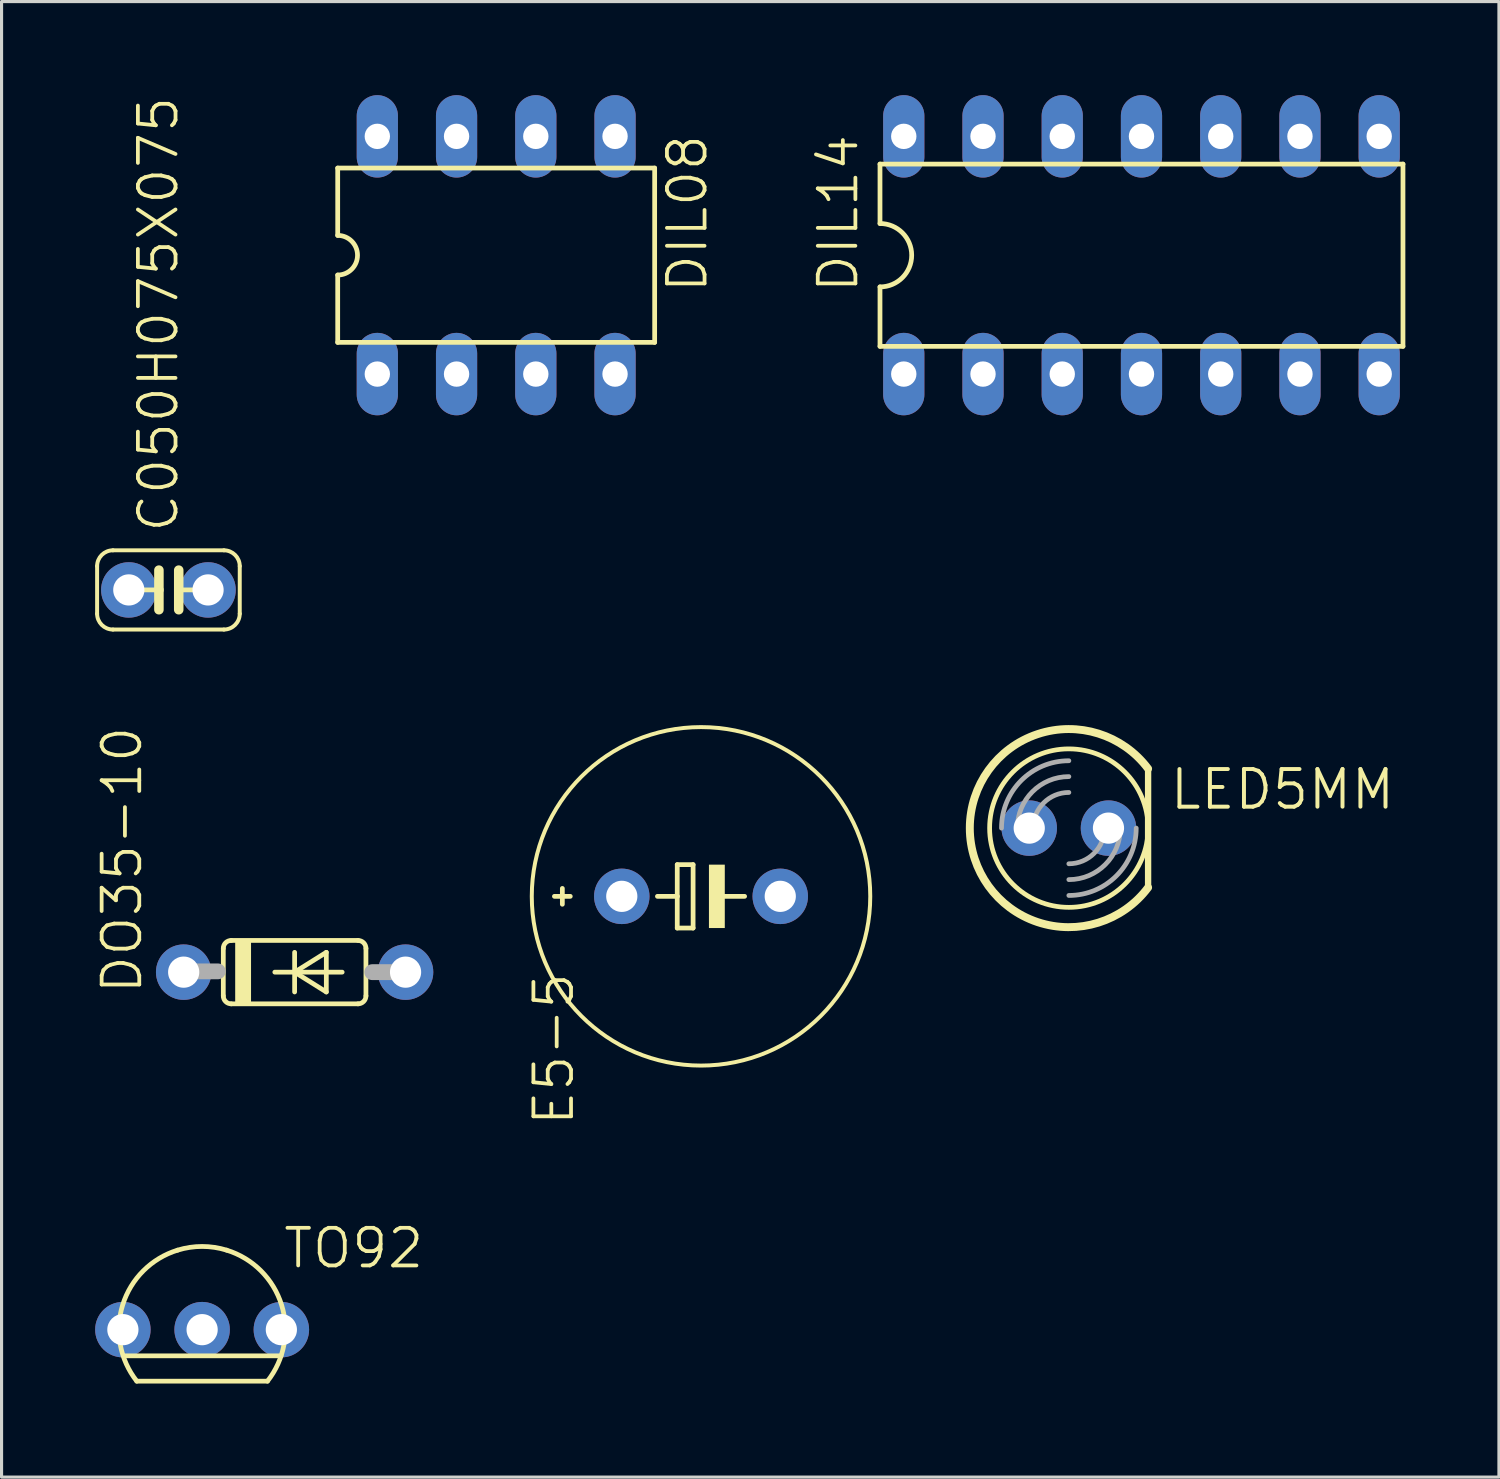
<source format=kicad_pcb>
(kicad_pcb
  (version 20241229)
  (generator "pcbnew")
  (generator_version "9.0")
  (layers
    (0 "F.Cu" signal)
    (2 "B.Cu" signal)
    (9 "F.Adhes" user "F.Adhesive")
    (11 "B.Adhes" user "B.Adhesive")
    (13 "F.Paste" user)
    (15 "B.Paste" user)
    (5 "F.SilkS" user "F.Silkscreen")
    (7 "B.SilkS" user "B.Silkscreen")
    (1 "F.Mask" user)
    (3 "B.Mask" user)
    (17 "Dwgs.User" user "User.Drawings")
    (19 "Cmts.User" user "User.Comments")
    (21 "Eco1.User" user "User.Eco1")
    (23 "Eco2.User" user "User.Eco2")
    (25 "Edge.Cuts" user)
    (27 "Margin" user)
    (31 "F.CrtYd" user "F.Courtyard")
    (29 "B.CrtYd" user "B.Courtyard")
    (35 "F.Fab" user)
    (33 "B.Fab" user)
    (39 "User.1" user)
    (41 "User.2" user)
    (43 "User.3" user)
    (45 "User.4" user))
  (footprint "DIL14"
    (layer "F.Cu")
    (at 33.54 5.131)
    (property "Reference" "DIL14" (at -9.017 1.27 90) (layer "F.SilkS") (effects (font (size 1.206 1.206) (thickness 0.121)) (justify left bottom)))
    (attr through_hole)
    (fp_line (start -8.382 -2.921) (end -8.382 -1.016) (stroke (width 0.152) (type solid)) (layer "F.SilkS"))
    (fp_line (start -8.382 2.921) (end -8.382 1.016) (stroke (width 0.152) (type solid)) (layer "F.SilkS"))
    (fp_line (start -8.382 2.921) (end 8.382 2.921) (stroke (width 0.152) (type solid)) (layer "F.SilkS"))
    (fp_line (start 8.382 -2.921) (end -8.382 -2.921) (stroke (width 0.152) (type solid)) (layer "F.SilkS"))
    (fp_line (start 8.382 -2.921) (end 8.382 2.921) (stroke (width 0.152) (type solid)) (layer "F.SilkS"))
    (fp_arc (start -8.382 -1.016) (mid -7.366 0) (end -8.382 1.016) (stroke (width 0.1524) (type solid)) (layer "F.SilkS"))
    (pad "1" thru_hole oval (at -7.62 3.81 90) (size 2.642 1.321) (drill 0.813) (layers "*.Cu" "*.Mask"))
    (pad "2" thru_hole oval (at -5.08 3.81 90) (size 2.642 1.321) (drill 0.813) (layers "*.Cu" "*.Mask"))
    (pad "3" thru_hole oval (at -2.54 3.81 90) (size 2.642 1.321) (drill 0.813) (layers "*.Cu" "*.Mask"))
    (pad "4" thru_hole oval (at 0 3.81 90) (size 2.642 1.321) (drill 0.813) (layers "*.Cu" "*.Mask"))
    (pad "5" thru_hole oval (at 2.54 3.81 90) (size 2.642 1.321) (drill 0.813) (layers "*.Cu" "*.Mask"))
    (pad "6" thru_hole oval (at 5.08 3.81 90) (size 2.642 1.321) (drill 0.813) (layers "*.Cu" "*.Mask"))
    (pad "7" thru_hole oval (at 7.62 3.81 90) (size 2.642 1.321) (drill 0.813) (layers "*.Cu" "*.Mask"))
    (pad "8" thru_hole oval (at 7.62 -3.81 90) (size 2.642 1.321) (drill 0.813) (layers "*.Cu" "*.Mask"))
    (pad "9" thru_hole oval (at 5.08 -3.81 90) (size 2.642 1.321) (drill 0.813) (layers "*.Cu" "*.Mask"))
    (pad "10" thru_hole oval (at 2.54 -3.81 90) (size 2.642 1.321) (drill 0.813) (layers "*.Cu" "*.Mask"))
    (pad "11" thru_hole oval (at 0 -3.81 90) (size 2.642 1.321) (drill 0.813) (layers "*.Cu" "*.Mask"))
    (pad "12" thru_hole oval (at -2.54 -3.81 90) (size 2.642 1.321) (drill 0.813) (layers "*.Cu" "*.Mask"))
    (pad "13" thru_hole oval (at -5.08 -3.81 90) (size 2.642 1.321) (drill 0.813) (layers "*.Cu" "*.Mask"))
    (pad "14" thru_hole oval (at -7.62 -3.81 90) (size 2.642 1.321) (drill 0.813) (layers "*.Cu" "*.Mask")))
  (footprint "LED5MM"
    (layer "F.Cu")
    (at 31.212 23.495)
    (property "Reference" "LED5MM" (at 3.175 -0.533 0) (layer "F.SilkS") (effects (font (size 1.206 1.206) (thickness 0.127)) (justify left bottom)))
    (attr through_hole)
    (fp_line (start 2.54 1.905) (end 2.54 -1.905) (stroke (width 0.203) (type solid)) (layer "F.SilkS"))
    (fp_arc (start 2.54 1.905) (mid -3.175 0) (end 2.54 -1.905) (stroke (width 0.254) (type solid)) (layer "F.SilkS"))
    (fp_circle (center 0 0) (end 2.54 0) (stroke (width 0.152) (type solid)) (fill no) (layer "F.SilkS"))
    (fp_arc (start -2.159 0) (mid -1.526644 -1.526644) (end 0 -2.159) (stroke (width 0.1524) (type solid)) (layer "F.Fab"))
    (fp_arc (start -1.651 0) (mid -1.167433 -1.167433) (end 0 -1.651) (stroke (width 0.1524) (type solid)) (layer "F.Fab"))
    (fp_arc (start -1.143 0) (mid -0.808223 -0.808223) (end 0 -1.143) (stroke (width 0.1524) (type solid)) (layer "F.Fab"))
    (fp_arc (start 1.143 0) (mid 0.808223 0.808223) (end 0 1.143) (stroke (width 0.1524) (type solid)) (layer "F.Fab"))
    (fp_arc (start 1.651 0) (mid 1.167433 1.167433) (end 0 1.651) (stroke (width 0.1524) (type solid)) (layer "F.Fab"))
    (fp_arc (start 2.159 0) (mid 1.526644 1.526644) (end 0 2.159) (stroke (width 0.1524) (type solid)) (layer "F.Fab"))
    (pad "A" thru_hole circle (at -1.27 0) (size 1.778 1.778) (drill 1) (layers "*.Cu" "*.Mask"))
    (pad "K" thru_hole circle (at 1.27 0) (size 1.778 1.778) (drill 1) (layers "*.Cu" "*.Mask")))
  (footprint "DIL08"
    (layer "F.Cu")
    (at 12.855 5.131)
    (property "Reference" "DIL08" (at 6.833 1.27 90) (layer "F.SilkS") (effects (font (size 1.206 1.206) (thickness 0.121)) (justify left bottom)))
    (attr through_hole)
    (fp_line (start -5.08 -2.794) (end -5.08 -0.635) (stroke (width 0.152) (type solid)) (layer "F.SilkS"))
    (fp_line (start -5.08 0.635) (end -5.08 2.794) (stroke (width 0.152) (type solid)) (layer "F.SilkS"))
    (fp_line (start -5.08 2.794) (end 5.08 2.794) (stroke (width 0.152) (type solid)) (layer "F.SilkS"))
    (fp_line (start 5.08 -2.794) (end -5.08 -2.794) (stroke (width 0.152) (type solid)) (layer "F.SilkS"))
    (fp_line (start 5.08 2.794) (end 5.08 -2.794) (stroke (width 0.152) (type solid)) (layer "F.SilkS"))
    (fp_arc (start -5.08 -0.635) (mid -4.445 0) (end -5.08 0.635) (stroke (width 0.1524) (type solid)) (layer "F.SilkS"))
    (pad "1" thru_hole oval (at -3.81 3.81 90) (size 2.642 1.321) (drill 0.813) (layers "*.Cu" "*.Mask"))
    (pad "2" thru_hole oval (at -1.27 3.81 90) (size 2.642 1.321) (drill 0.813) (layers "*.Cu" "*.Mask"))
    (pad "3" thru_hole oval (at 1.27 3.81 90) (size 2.642 1.321) (drill 0.813) (layers "*.Cu" "*.Mask"))
    (pad "4" thru_hole oval (at 3.81 3.81 90) (size 2.642 1.321) (drill 0.813) (layers "*.Cu" "*.Mask"))
    (pad "5" thru_hole oval (at 3.81 -3.81 90) (size 2.642 1.321) (drill 0.813) (layers "*.Cu" "*.Mask"))
    (pad "6" thru_hole oval (at 1.27 -3.81 90) (size 2.642 1.321) (drill 0.813) (layers "*.Cu" "*.Mask"))
    (pad "7" thru_hole oval (at -1.27 -3.81 90) (size 2.642 1.321) (drill 0.813) (layers "*.Cu" "*.Mask"))
    (pad "8" thru_hole oval (at -3.81 -3.81 90) (size 2.642 1.321) (drill 0.813) (layers "*.Cu" "*.Mask")))
  (footprint "C050H075X075"
    (layer "F.Cu")
    (at 2.349 15.86)
    (property "Reference" "C050H075X075" (at 0.381 -1.778 270) (layer "F.SilkS") (effects (font (size 1.206 1.206) (thickness 0.121)) (justify left bottom)))
    (attr through_hole)
    (fp_line (start -2.286 0.762) (end -2.286 -0.762) (stroke (width 0.127) (type solid)) (layer "F.SilkS"))
    (fp_line (start -1.778 -1.27) (end 1.778 -1.27) (stroke (width 0.127) (type solid)) (layer "F.SilkS"))
    (fp_line (start -0.305 -0.635) (end -0.305 0) (stroke (width 0.305) (type solid)) (layer "F.SilkS"))
    (fp_line (start -0.305 0) (end -1.651 0) (stroke (width 0.152) (type solid)) (layer "F.SilkS"))
    (fp_line (start -0.305 0) (end -0.305 0.635) (stroke (width 0.305) (type solid)) (layer "F.SilkS"))
    (fp_line (start 0.33 -0.635) (end 0.33 0) (stroke (width 0.305) (type solid)) (layer "F.SilkS"))
    (fp_line (start 0.33 0) (end 0.33 0.635) (stroke (width 0.305) (type solid)) (layer "F.SilkS"))
    (fp_line (start 0.33 0) (end 1.651 0) (stroke (width 0.152) (type solid)) (layer "F.SilkS"))
    (fp_line (start 1.778 1.27) (end -1.778 1.27) (stroke (width 0.127) (type solid)) (layer "F.SilkS"))
    (fp_line (start 2.286 -0.762) (end 2.286 0.762) (stroke (width 0.127) (type solid)) (layer "F.SilkS"))
    (fp_arc (start -2.286 -0.762) (mid -2.13721 -1.12121) (end -1.778 -1.27) (stroke (width 0.127) (type solid)) (layer "F.SilkS"))
    (fp_arc (start -1.778 1.27) (mid -2.13721 1.12121) (end -2.286 0.762) (stroke (width 0.127) (type solid)) (layer "F.SilkS"))
    (fp_arc (start 1.778 -1.27) (mid 2.13721 -1.12121) (end 2.286 -0.762) (stroke (width 0.127) (type solid)) (layer "F.SilkS"))
    (fp_arc (start 2.286 0.762) (mid 2.13721 1.12121) (end 1.778 1.27) (stroke (width 0.127) (type solid)) (layer "F.SilkS"))
    (pad "1" thru_hole circle (at -1.27 0) (size 1.778 1.778) (drill 1) (layers "*.Cu" "*.Mask"))
    (pad "2" thru_hole circle (at 1.27 0) (size 1.778 1.778) (drill 1) (layers "*.Cu" "*.Mask")))
  (footprint "E5-5"
    (layer "F.Cu")
    (at 19.421 25.682)
    (property "Reference" "E5-5" (at -4.013 7.417 270) (layer "F.SilkS") (effects (font (size 1.206 1.206) (thickness 0.121)) (justify left bottom)))
    (attr through_hole)
    (fp_line (start -4.699 0) (end -4.191 0) (stroke (width 0.152) (type solid)) (layer "F.SilkS"))
    (fp_line (start -4.445 0.254) (end -4.445 -0.254) (stroke (width 0.152) (type solid)) (layer "F.SilkS"))
    (fp_line (start -1.397 0) (end -0.762 0) (stroke (width 0.152) (type solid)) (layer "F.SilkS"))
    (fp_line (start -0.762 -1.016) (end -0.762 0) (stroke (width 0.152) (type solid)) (layer "F.SilkS"))
    (fp_line (start -0.762 0) (end -0.762 1.016) (stroke (width 0.152) (type solid)) (layer "F.SilkS"))
    (fp_line (start -0.762 1.016) (end -0.254 1.016) (stroke (width 0.152) (type solid)) (layer "F.SilkS"))
    (fp_line (start -0.254 -1.016) (end -0.762 -1.016) (stroke (width 0.152) (type solid)) (layer "F.SilkS"))
    (fp_line (start -0.254 1.016) (end -0.254 -1.016) (stroke (width 0.152) (type solid)) (layer "F.SilkS"))
    (fp_line (start 0.635 0) (end 1.397 0) (stroke (width 0.152) (type solid)) (layer "F.SilkS"))
    (fp_circle (center 0 0) (end 5.425 0) (stroke (width 0.127) (type solid)) (fill no) (layer "F.SilkS"))
    (fp_poly (pts (xy 0.254 1.016) (xy 0.762 1.016) (xy 0.762 -1.016) (xy 0.254 -1.016)) (stroke (width 0) (type solid)) (fill yes) (layer "F.SilkS"))
    (pad "+" thru_hole circle (at -2.54 0) (size 1.778 1.778) (drill 1) (layers "*.Cu" "*.Mask"))
    (pad "-" thru_hole circle (at 2.54 0) (size 1.778 1.778) (drill 1) (layers "*.Cu" "*.Mask")))
  (footprint "DO35-10"
    (layer "F.Cu")
    (at 6.394 28.112)
    (property "Reference" "DO35-10" (at -4.826 0.762 270) (layer "F.SilkS") (effects (font (size 1.206 1.206) (thickness 0.121)) (justify left bottom)))
    (attr through_hole)
    (fp_line (start -2.286 -0.762) (end -2.286 0.762) (stroke (width 0.152) (type solid)) (layer "F.SilkS"))
    (fp_line (start -2.032 -1.016) (end 2.032 -1.016) (stroke (width 0.152) (type solid)) (layer "F.SilkS"))
    (fp_line (start -2.032 1.016) (end 2.032 1.016) (stroke (width 0.152) (type solid)) (layer "F.SilkS"))
    (fp_line (start -0.635 0) (end 0 0) (stroke (width 0.152) (type solid)) (layer "F.SilkS"))
    (fp_line (start 0 -0.635) (end 0 0) (stroke (width 0.152) (type solid)) (layer "F.SilkS"))
    (fp_line (start 0 0) (end 0 0.635) (stroke (width 0.152) (type solid)) (layer "F.SilkS"))
    (fp_line (start 0 0) (end 1.016 -0.635) (stroke (width 0.152) (type solid)) (layer "F.SilkS"))
    (fp_line (start 0 0) (end 1.524 0) (stroke (width 0.152) (type solid)) (layer "F.SilkS"))
    (fp_line (start 1.016 -0.635) (end 1.016 0.635) (stroke (width 0.152) (type solid)) (layer "F.SilkS"))
    (fp_line (start 1.016 0.635) (end 0 0) (stroke (width 0.152) (type solid)) (layer "F.SilkS"))
    (fp_line (start 2.286 0.762) (end 2.286 -0.762) (stroke (width 0.152) (type solid)) (layer "F.SilkS"))
    (fp_arc (start -2.286 -0.762) (mid -2.211605 -0.941605) (end -2.032 -1.016) (stroke (width 0.1524) (type solid)) (layer "F.SilkS"))
    (fp_arc (start -2.032 1.016) (mid -2.211605 0.941605) (end -2.286 0.762) (stroke (width 0.1524) (type solid)) (layer "F.SilkS"))
    (fp_arc (start 2.032 -1.016) (mid 2.211605 -0.941605) (end 2.286 -0.762) (stroke (width 0.1524) (type solid)) (layer "F.SilkS"))
    (fp_arc (start 2.286 0.762) (mid 2.211605 0.941605) (end 2.032 1.016) (stroke (width 0.1524) (type solid)) (layer "F.SilkS"))
    (fp_poly (pts (xy -1.905 1.016) (xy -1.397 1.016) (xy -1.397 -1.016) (xy -1.905 -1.016)) (stroke (width 0) (type solid)) (fill yes) (layer "F.SilkS"))
    (fp_line (start -3.531 -0.025) (end -2.464 -0.025) (stroke (width 0.508) (type solid)) (layer "F.Fab"))
    (fp_line (start 2.489 0) (end 3.556 0) (stroke (width 0.508) (type solid)) (layer "F.Fab"))
    (pad "A" thru_hole circle (at 3.556 0) (size 1.778 1.778) (drill 1) (layers "*.Cu" "*.Mask"))
    (pad "C" thru_hole circle (at -3.556 0) (size 1.778 1.778) (drill 1) (layers "*.Cu" "*.Mask")))
  (footprint "TO92"
    (layer "F.Cu")
    (at 3.429 39.572)
    (property "Reference" "TO92" (at 2.54 -1.905 180) (layer "F.SilkS") (effects (font (size 1.206 1.206) (thickness 0.121)) (justify left bottom)))
    (attr through_hole)
    (fp_line (start -2.503 0.838) (end 2.528 0.838) (stroke (width 0.152) (type solid)) (layer "F.SilkS"))
    (fp_line (start -2.095 1.651) (end 2.095 1.651) (stroke (width 0.152) (type solid)) (layer "F.SilkS"))
    (fp_arc (start -2.0946 1.651) (mid -2.54634 -0.793276) (end -0.786301 -2.548501) (stroke (width 0.1524) (type solid)) (layer "F.SilkS"))
    (fp_arc (start -0.7863 -2.5485) (mid 0 -2.667043) (end 0.7863 -2.5485) (stroke (width 0.1524) (type solid)) (layer "F.SilkS"))
    (fp_arc (start 0.7868 -2.5484) (mid 2.54677 -0.793202) (end 2.095 1.650999) (stroke (width 0.1524) (type solid)) (layer "F.SilkS"))
    (pad "1" thru_hole circle (at 2.54 0) (size 1.778 1.778) (drill 1) (layers "*.Cu" "*.Mask"))
    (pad "2" thru_hole circle (at 0 0) (size 1.778 1.778) (drill 1) (layers "*.Cu" "*.Mask"))
    (pad "3" thru_hole circle (at -2.54 0) (size 1.778 1.778) (drill 1) (layers "*.Cu" "*.Mask")))
  (gr_rect
    (start -3 -3)
    (end 44.998 44.299)
    (stroke (width 0.1) (type default))
    (fill no)
    (layer "Edge.Cuts")))
</source>
